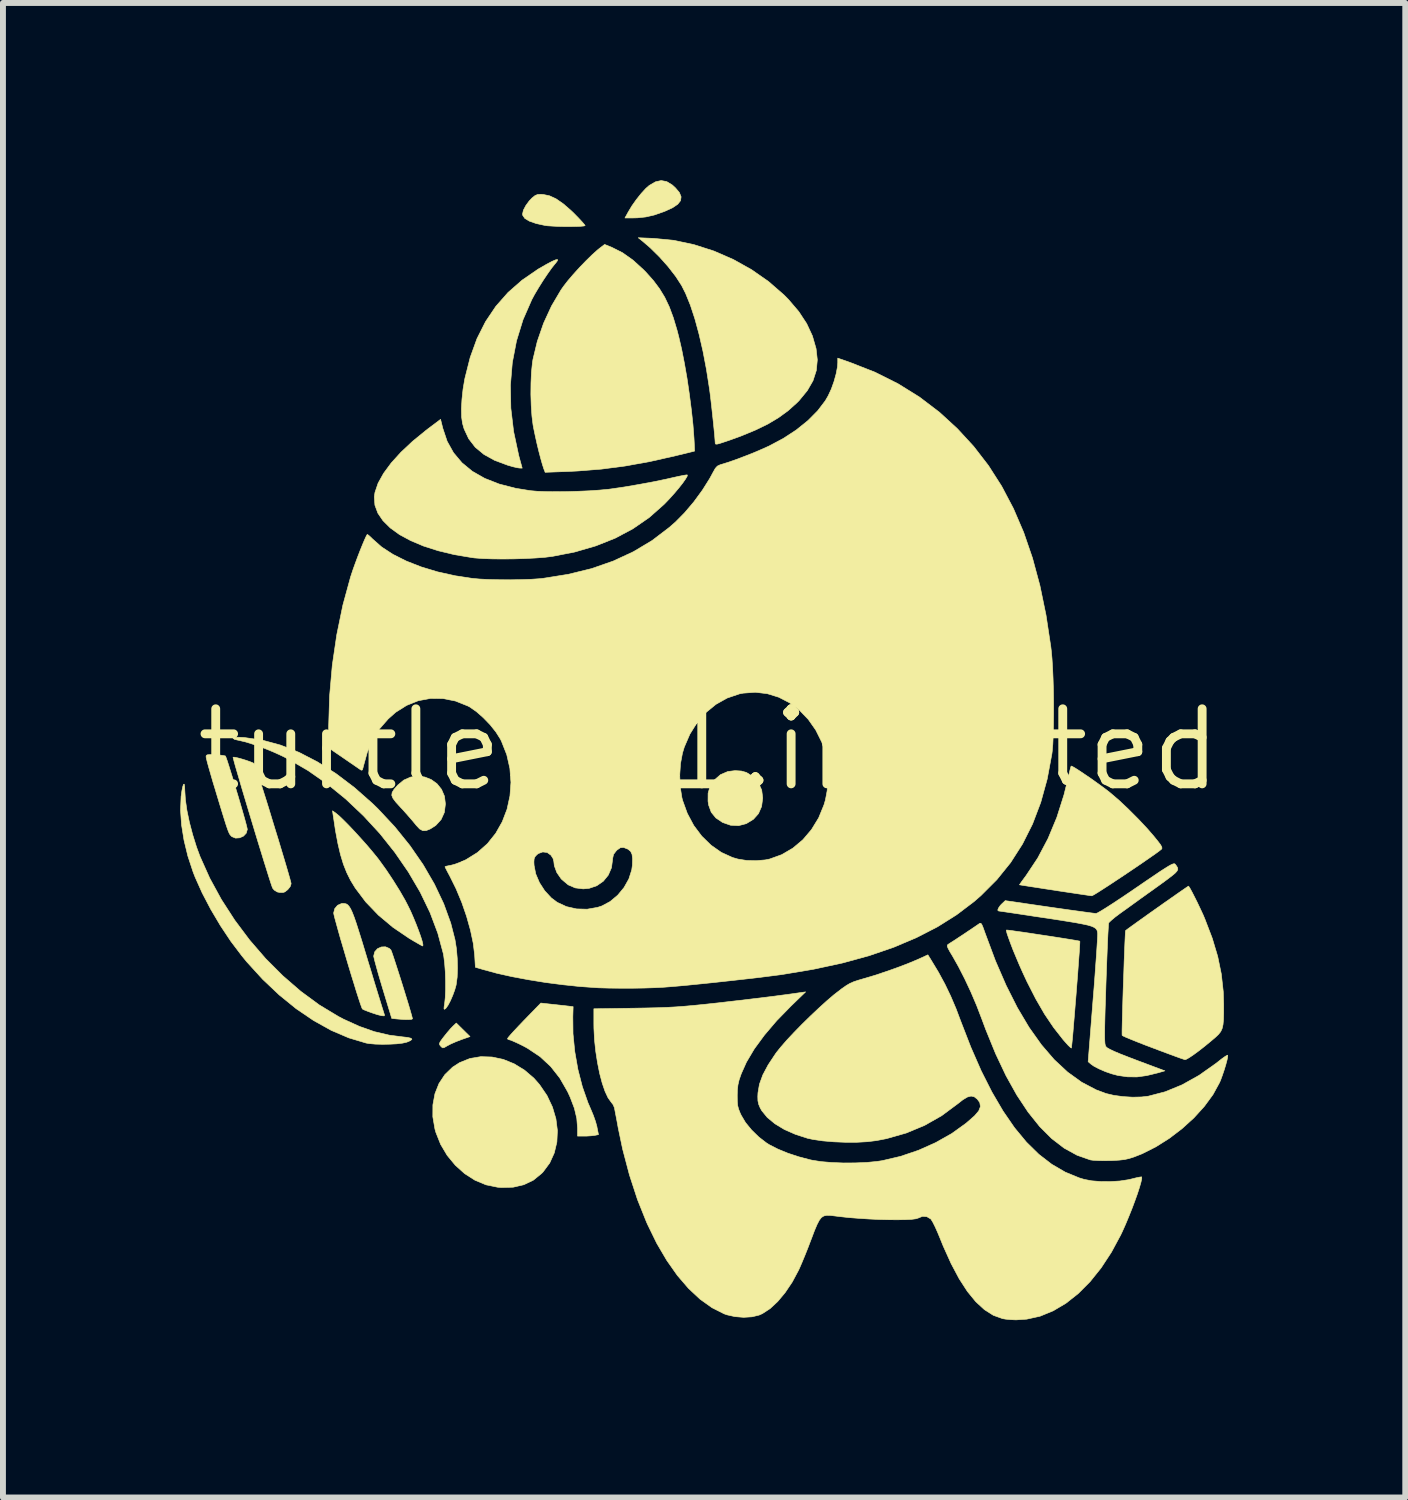
<source format=kicad_pcb>
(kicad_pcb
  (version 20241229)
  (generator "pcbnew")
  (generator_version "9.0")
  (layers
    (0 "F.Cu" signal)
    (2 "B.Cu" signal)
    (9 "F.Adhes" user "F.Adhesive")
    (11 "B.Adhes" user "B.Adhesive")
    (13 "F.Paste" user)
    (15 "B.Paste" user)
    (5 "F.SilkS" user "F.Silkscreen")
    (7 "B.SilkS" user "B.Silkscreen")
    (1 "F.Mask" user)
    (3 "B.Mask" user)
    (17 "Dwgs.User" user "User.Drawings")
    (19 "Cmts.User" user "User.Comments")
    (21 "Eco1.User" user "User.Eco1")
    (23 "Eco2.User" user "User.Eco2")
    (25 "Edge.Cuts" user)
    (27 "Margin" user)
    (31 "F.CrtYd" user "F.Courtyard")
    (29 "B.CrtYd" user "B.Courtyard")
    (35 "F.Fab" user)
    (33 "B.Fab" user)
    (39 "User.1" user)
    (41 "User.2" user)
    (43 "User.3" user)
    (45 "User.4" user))
  (footprint "turtle-01.inverted"
    (layer "F.Cu")
    (at 8.946 9.634)
    (property "Reference" "turtle-01.inverted" (at 0 0 0) (layer "F.SilkS") (effects (font (size 1.27 1.27) (thickness 0.15))))
    (attr through_hole)
    (fp_poly (pts (xy -4.043 4.856) (xy -4.197 4.91) (xy -4.284 4.944) (xy -4.366 4.98) (xy -4.425 5.011) (xy -4.426 5.011) (xy -4.475 5.04) (xy -4.503 5.047) (xy -4.525 5.033) (xy -4.539 5.018) (xy -4.557 4.995) (xy -4.56 4.972) (xy -4.545 4.94) (xy -4.509 4.89) (xy -4.481 4.854) (xy -4.425 4.784) (xy -4.371 4.721) (xy -4.33 4.679) (xy -4.275 4.627) (xy -4.043 4.856)) (stroke (width 0.01) (type solid)) (fill yes) (layer "F.SilkS"))
    (fp_poly (pts (xy -0.714 -9.611) (xy -0.619 -9.553) (xy -0.567 -9.505) (xy -0.5 -9.426) (xy -0.471 -9.354) (xy -0.48 -9.289) (xy -0.528 -9.228) (xy -0.615 -9.169) (xy -0.744 -9.11) (xy -0.764 -9.102) (xy -0.925 -9.046) (xy -1.068 -9.013) (xy -1.21 -8.998) (xy -1.285 -8.996) (xy -1.421 -8.996) (xy -1.366 -9.096) (xy -1.303 -9.201) (xy -1.226 -9.31) (xy -1.145 -9.411) (xy -1.068 -9.495) (xy -1.011 -9.545) (xy -0.905 -9.607) (xy -0.808 -9.629) (xy -0.714 -9.611)) (stroke (width 0.01) (type solid)) (fill yes) (layer "F.SilkS"))
    (fp_poly (pts (xy 0.55 0.363) (xy 0.634 0.387) (xy 0.711 0.435) (xy 0.75 0.468) (xy 0.841 0.57) (xy 0.893 0.685) (xy 0.91 0.819) (xy 0.891 0.963) (xy 0.838 1.084) (xy 0.753 1.179) (xy 0.632 1.253) (xy 0.502 1.287) (xy 0.366 1.28) (xy 0.231 1.233) (xy 0.117 1.156) (xy 0.039 1.06) (xy -0.005 0.939) (xy -0.015 0.874) (xy -0.014 0.738) (xy 0.019 0.623) (xy 0.085 0.521) (xy 0.09 0.516) (xy 0.196 0.424) (xy 0.32 0.371) (xy 0.443 0.356) (xy 0.55 0.363)) (stroke (width 0.01) (type solid)) (fill yes) (layer "F.SilkS"))
    (fp_poly (pts (xy -4.808 0.464) (xy -4.698 0.508) (xy -4.601 0.578) (xy -4.525 0.673) (xy -4.475 0.789) (xy -4.459 0.92) (xy -4.477 1.063) (xy -4.532 1.184) (xy -4.622 1.283) (xy -4.714 1.342) (xy -4.785 1.371) (xy -4.842 1.372) (xy -4.895 1.343) (xy -4.954 1.28) (xy -4.968 1.262) (xy -5.022 1.197) (xy -5.094 1.114) (xy -5.172 1.026) (xy -5.219 0.976) (xy -5.297 0.89) (xy -5.346 0.825) (xy -5.367 0.773) (xy -5.36 0.724) (xy -5.327 0.671) (xy -5.269 0.605) (xy -5.267 0.602) (xy -5.163 0.516) (xy -5.047 0.465) (xy -4.927 0.449) (xy -4.808 0.464)) (stroke (width 0.01) (type solid)) (fill yes) (layer "F.SilkS"))
    (fp_poly (pts (xy -2.803 -9.393) (xy -2.698 -9.371) (xy -2.587 -9.32) (xy -2.467 -9.237) (xy -2.332 -9.12) (xy -2.273 -9.063) (xy -2.204 -8.992) (xy -2.147 -8.931) (xy -2.109 -8.887) (xy -2.095 -8.867) (xy -2.115 -8.86) (xy -2.169 -8.855) (xy -2.248 -8.852) (xy -2.344 -8.851) (xy -2.448 -8.851) (xy -2.553 -8.853) (xy -2.649 -8.858) (xy -2.729 -8.863) (xy -2.773 -8.869) (xy -2.924 -8.902) (xy -3.038 -8.942) (xy -3.115 -8.988) (xy -3.151 -9.041) (xy -3.154 -9.062) (xy -3.139 -9.128) (xy -3.098 -9.206) (xy -3.041 -9.284) (xy -2.993 -9.334) (xy -2.942 -9.375) (xy -2.898 -9.393) (xy -2.842 -9.396) (xy -2.803 -9.393)) (stroke (width 0.01) (type solid)) (fill yes) (layer "F.SilkS"))
    (fp_poly (pts (xy -5.408 3.365) (xy -5.382 3.39) (xy -5.371 3.415) (xy -5.35 3.475) (xy -5.321 3.562) (xy -5.286 3.67) (xy -5.246 3.794) (xy -5.204 3.926) (xy -5.162 4.061) (xy -5.122 4.191) (xy -5.085 4.311) (xy -5.055 4.413) (xy -5.032 4.493) (xy -5.019 4.543) (xy -5.016 4.556) (xy -5.036 4.565) (xy -5.089 4.568) (xy -5.166 4.567) (xy -5.258 4.56) (xy -5.292 4.557) (xy -5.367 4.549) (xy -5.52 4.045) (xy -5.562 3.904) (xy -5.6 3.774) (xy -5.631 3.662) (xy -5.655 3.574) (xy -5.669 3.515) (xy -5.673 3.494) (xy -5.655 3.422) (xy -5.608 3.369) (xy -5.544 3.34) (xy -5.474 3.337) (xy -5.408 3.365)) (stroke (width 0.01) (type solid)) (fill yes) (layer "F.SilkS"))
    (fp_poly (pts (xy -3.671 5.202) (xy -3.481 5.242) (xy -3.296 5.317) (xy -3.121 5.424) (xy -2.961 5.561) (xy -2.867 5.668) (xy -2.74 5.854) (xy -2.648 6.049) (xy -2.589 6.248) (xy -2.564 6.447) (xy -2.573 6.641) (xy -2.617 6.825) (xy -2.694 6.995) (xy -2.806 7.146) (xy -2.83 7.171) (xy -2.971 7.286) (xy -3.132 7.363) (xy -3.313 7.405) (xy -3.516 7.41) (xy -3.577 7.405) (xy -3.772 7.365) (xy -3.959 7.287) (xy -4.134 7.175) (xy -4.292 7.033) (xy -4.429 6.867) (xy -4.54 6.68) (xy -4.621 6.476) (xy -4.636 6.422) (xy -4.672 6.213) (xy -4.671 6.012) (xy -4.636 5.823) (xy -4.568 5.651) (xy -4.468 5.5) (xy -4.338 5.374) (xy -4.217 5.296) (xy -4.044 5.227) (xy -3.86 5.196) (xy -3.671 5.202)) (stroke (width 0.01) (type solid)) (fill yes) (layer "F.SilkS"))
    (fp_poly (pts (xy -6.309 1.079) (xy -6.256 1.123) (xy -6.182 1.194) (xy -6.092 1.285) (xy -5.993 1.39) (xy -5.89 1.503) (xy -5.788 1.617) (xy -5.695 1.727) (xy -5.614 1.826) (xy -5.578 1.873) (xy -5.462 2.034) (xy -5.345 2.21) (xy -5.235 2.386) (xy -5.14 2.551) (xy -5.095 2.638) (xy -5.047 2.736) (xy -5 2.844) (xy -4.954 2.956) (xy -4.913 3.063) (xy -4.878 3.16) (xy -4.853 3.24) (xy -4.84 3.296) (xy -4.841 3.322) (xy -4.844 3.323) (xy -4.867 3.313) (xy -4.918 3.284) (xy -4.99 3.243) (xy -5.069 3.196) (xy -5.346 3.008) (xy -5.593 2.801) (xy -5.807 2.578) (xy -5.984 2.343) (xy -6.064 2.212) (xy -6.128 2.083) (xy -6.185 1.94) (xy -6.234 1.778) (xy -6.278 1.591) (xy -6.319 1.374) (xy -6.357 1.119) (xy -6.358 1.116) (xy -6.369 1.036) (xy -6.309 1.079)) (stroke (width 0.01) (type solid)) (fill yes) (layer "F.SilkS"))
    (fp_poly (pts (xy -2.298 4.35) (xy -2.303 4.519) (xy -2.3 4.809) (xy -2.27 5.111) (xy -2.217 5.413) (xy -2.142 5.704) (xy -2.048 5.973) (xy -1.995 6.096) (xy -1.955 6.192) (xy -1.919 6.294) (xy -1.895 6.381) (xy -1.895 6.385) (xy -1.869 6.515) (xy -1.932 6.528) (xy -1.99 6.535) (xy -2.068 6.54) (xy -2.109 6.54) (xy -2.223 6.54) (xy -2.223 6.408) (xy -2.236 6.241) (xy -2.277 6.068) (xy -2.348 5.882) (xy -2.391 5.789) (xy -2.523 5.559) (xy -2.677 5.363) (xy -2.857 5.196) (xy -3.068 5.055) (xy -3.161 5.005) (xy -3.244 4.965) (xy -3.315 4.933) (xy -3.363 4.914) (xy -3.378 4.911) (xy -3.405 4.899) (xy -3.408 4.89) (xy -3.394 4.869) (xy -3.354 4.822) (xy -3.294 4.756) (xy -3.218 4.675) (xy -3.131 4.584) (xy -3.126 4.579) (xy -2.844 4.289) (xy -2.298 4.35)) (stroke (width 0.01) (type solid)) (fill yes) (layer "F.SilkS"))
    (fp_poly (pts (xy -8.387 0.086) (xy -8.352 0.088) (xy -8.274 0.093) (xy -8.214 0.101) (xy -8.183 0.108) (xy -8.181 0.109) (xy -8.171 0.133) (xy -8.15 0.192) (xy -8.122 0.279) (xy -8.088 0.389) (xy -8.049 0.514) (xy -8.009 0.649) (xy -7.967 0.788) (xy -7.927 0.924) (xy -7.89 1.052) (xy -7.858 1.164) (xy -7.833 1.256) (xy -7.817 1.32) (xy -7.811 1.35) (xy -7.829 1.414) (xy -7.876 1.464) (xy -7.941 1.493) (xy -8.01 1.498) (xy -8.072 1.473) (xy -8.083 1.463) (xy -8.095 1.45) (xy -8.107 1.435) (xy -8.119 1.413) (xy -8.133 1.381) (xy -8.15 1.334) (xy -8.172 1.269) (xy -8.2 1.18) (xy -8.236 1.064) (xy -8.281 0.917) (xy -8.336 0.735) (xy -8.349 0.691) (xy -8.393 0.547) (xy -8.431 0.415) (xy -8.464 0.301) (xy -8.489 0.21) (xy -8.504 0.148) (xy -8.509 0.123) (xy -8.506 0.101) (xy -8.49 0.089) (xy -8.454 0.085) (xy -8.387 0.086)) (stroke (width 0.01) (type solid)) (fill yes) (layer "F.SilkS"))
    (fp_poly (pts (xy -2.563 -8.273) (xy -2.594 -8.231) (xy -2.605 -8.219) (xy -2.663 -8.146) (xy -2.733 -8.047) (xy -2.81 -7.932) (xy -2.885 -7.812) (xy -2.952 -7.699) (xy -2.997 -7.615) (xy -3.146 -7.274) (xy -3.256 -6.917) (xy -3.327 -6.548) (xy -3.359 -6.167) (xy -3.352 -5.777) (xy -3.305 -5.381) (xy -3.219 -4.979) (xy -3.211 -4.948) (xy -3.16 -4.763) (xy -3.205 -4.764) (xy -3.246 -4.77) (xy -3.314 -4.786) (xy -3.395 -4.809) (xy -3.408 -4.813) (xy -3.626 -4.894) (xy -3.808 -4.995) (xy -3.954 -5.116) (xy -4.065 -5.26) (xy -4.143 -5.427) (xy -4.17 -5.522) (xy -4.185 -5.629) (xy -4.188 -5.767) (xy -4.179 -5.926) (xy -4.161 -6.096) (xy -4.132 -6.268) (xy -4.128 -6.287) (xy -4.04 -6.635) (xy -3.925 -6.953) (xy -3.78 -7.241) (xy -3.606 -7.5) (xy -3.4 -7.734) (xy -3.162 -7.943) (xy -2.89 -8.13) (xy -2.751 -8.21) (xy -2.655 -8.261) (xy -2.592 -8.288) (xy -2.562 -8.292) (xy -2.563 -8.273)) (stroke (width 0.01) (type solid)) (fill yes) (layer "F.SilkS"))
    (fp_poly (pts (xy -6.166 2.605) (xy -6.138 2.611) (xy -6.113 2.626) (xy -6.089 2.653) (xy -6.063 2.694) (xy -6.035 2.754) (xy -6.003 2.836) (xy -5.966 2.943) (xy -5.923 3.079) (xy -5.87 3.247) (xy -5.809 3.449) (xy -5.767 3.588) (xy -5.71 3.774) (xy -5.658 3.948) (xy -5.61 4.104) (xy -5.568 4.24) (xy -5.534 4.351) (xy -5.508 4.433) (xy -5.493 4.481) (xy -5.489 4.493) (xy -5.495 4.506) (xy -5.537 4.503) (xy -5.611 4.485) (xy -5.702 4.455) (xy -5.776 4.428) (xy -5.834 4.405) (xy -5.864 4.389) (xy -5.865 4.388) (xy -5.876 4.362) (xy -5.898 4.301) (xy -5.928 4.21) (xy -5.965 4.095) (xy -6.006 3.961) (xy -6.052 3.813) (xy -6.099 3.657) (xy -6.146 3.498) (xy -6.192 3.341) (xy -6.236 3.193) (xy -6.274 3.058) (xy -6.306 2.942) (xy -6.331 2.851) (xy -6.346 2.789) (xy -6.35 2.764) (xy -6.332 2.692) (xy -6.284 2.635) (xy -6.219 2.606) (xy -6.196 2.603) (xy -6.166 2.605)) (stroke (width 0.01) (type solid)) (fill yes) (layer "F.SilkS"))
    (fp_poly (pts (xy 5.058 3.055) (xy 5.117 3.062) (xy 5.205 3.075) (xy 5.315 3.09) (xy 5.442 3.109) (xy 5.578 3.13) (xy 5.718 3.151) (xy 5.855 3.172) (xy 5.983 3.192) (xy 6.095 3.21) (xy 6.186 3.225) (xy 6.248 3.236) (xy 6.276 3.242) (xy 6.276 3.243) (xy 6.276 3.265) (xy 6.273 3.324) (xy 6.268 3.414) (xy 6.259 3.531) (xy 6.249 3.669) (xy 6.238 3.823) (xy 6.225 3.986) (xy 6.212 4.155) (xy 6.198 4.324) (xy 6.185 4.487) (xy 6.172 4.639) (xy 6.161 4.775) (xy 6.151 4.889) (xy 6.142 4.976) (xy 6.136 5.032) (xy 6.133 5.05) (xy 6.116 5.039) (xy 6.078 5.003) (xy 6.027 4.946) (xy 5.992 4.906) (xy 5.832 4.702) (xy 5.679 4.475) (xy 5.531 4.219) (xy 5.383 3.929) (xy 5.308 3.768) (xy 5.252 3.642) (xy 5.198 3.514) (xy 5.147 3.392) (xy 5.104 3.279) (xy 5.069 3.183) (xy 5.044 3.11) (xy 5.033 3.064) (xy 5.035 3.053) (xy 5.058 3.055)) (stroke (width 0.01) (type solid)) (fill yes) (layer "F.SilkS"))
    (fp_poly (pts (xy -7.975 0.14) (xy -7.905 0.159) (xy -7.83 0.182) (xy -7.762 0.206) (xy -7.712 0.227) (xy -7.692 0.239) (xy -7.682 0.264) (xy -7.661 0.324) (xy -7.631 0.415) (xy -7.594 0.532) (xy -7.55 0.671) (xy -7.501 0.826) (xy -7.449 0.993) (xy -7.396 1.168) (xy -7.342 1.345) (xy -7.288 1.519) (xy -7.238 1.686) (xy -7.191 1.842) (xy -7.15 1.98) (xy -7.116 2.097) (xy -7.09 2.188) (xy -7.074 2.248) (xy -7.07 2.271) (xy -7.086 2.319) (xy -7.127 2.37) (xy -7.176 2.408) (xy -7.202 2.417) (xy -7.261 2.418) (xy -7.305 2.409) (xy -7.356 2.377) (xy -7.383 2.344) (xy -7.395 2.312) (xy -7.417 2.247) (xy -7.448 2.15) (xy -7.486 2.028) (xy -7.531 1.885) (xy -7.58 1.725) (xy -7.633 1.553) (xy -7.688 1.372) (xy -7.743 1.189) (xy -7.798 1.007) (xy -7.851 0.83) (xy -7.901 0.663) (xy -7.945 0.512) (xy -7.984 0.379) (xy -8.016 0.27) (xy -8.038 0.189) (xy -8.05 0.141) (xy -8.052 0.129) (xy -8.028 0.129) (xy -7.975 0.14)) (stroke (width 0.01) (type solid)) (fill yes) (layer "F.SilkS"))
    (fp_poly (pts (xy -0.931 -8.65) (xy -0.593 -8.617) (xy -0.252 -8.544) (xy 0.085 -8.436) (xy 0.411 -8.294) (xy 0.721 -8.121) (xy 1.009 -7.92) (xy 1.269 -7.694) (xy 1.346 -7.616) (xy 1.52 -7.412) (xy 1.654 -7.208) (xy 1.751 -7) (xy 1.813 -6.785) (xy 1.834 -6.595) (xy 1.817 -6.415) (xy 1.761 -6.242) (xy 1.664 -6.074) (xy 1.527 -5.907) (xy 1.483 -5.863) (xy 1.34 -5.735) (xy 1.181 -5.619) (xy 1.001 -5.511) (xy 0.794 -5.41) (xy 0.553 -5.31) (xy 0.356 -5.238) (xy 0.252 -5.203) (xy 0.182 -5.18) (xy 0.139 -5.169) (xy 0.116 -5.169) (xy 0.107 -5.179) (xy 0.106 -5.193) (xy 0.103 -5.236) (xy 0.097 -5.313) (xy 0.087 -5.415) (xy 0.075 -5.535) (xy 0.061 -5.664) (xy 0.047 -5.794) (xy 0.033 -5.917) (xy 0.02 -6.025) (xy 0.009 -6.107) (xy -0.042 -6.433) (xy -0.101 -6.742) (xy -0.167 -7.029) (xy -0.238 -7.29) (xy -0.314 -7.521) (xy -0.394 -7.718) (xy -0.462 -7.853) (xy -0.562 -8.007) (xy -0.69 -8.172) (xy -0.836 -8.336) (xy -0.992 -8.49) (xy -1.122 -8.602) (xy -1.196 -8.661) (xy -0.931 -8.65)) (stroke (width 0.01) (type solid)) (fill yes) (layer "F.SilkS"))
    (fp_poly (pts (xy -1.644 -8.499) (xy -1.463 -8.408) (xy -1.285 -8.282) (xy -1.105 -8.118) (xy -1.064 -8.076) (xy -0.94 -7.937) (xy -0.836 -7.798) (xy -0.747 -7.652) (xy -0.671 -7.492) (xy -0.603 -7.309) (xy -0.539 -7.095) (xy -0.51 -6.983) (xy -0.462 -6.776) (xy -0.415 -6.537) (xy -0.37 -6.279) (xy -0.331 -6.012) (xy -0.297 -5.748) (xy -0.27 -5.498) (xy -0.253 -5.273) (xy -0.249 -5.198) (xy -0.243 -5.051) (xy -0.561 -4.973) (xy -0.999 -4.874) (xy -1.415 -4.799) (xy -1.819 -4.746) (xy -2.223 -4.714) (xy -2.386 -4.706) (xy -2.771 -4.692) (xy -2.794 -4.751) (xy -2.817 -4.822) (xy -2.846 -4.924) (xy -2.878 -5.046) (xy -2.91 -5.178) (xy -2.939 -5.309) (xy -2.964 -5.429) (xy -2.976 -5.493) (xy -2.995 -5.644) (xy -3.007 -5.821) (xy -3.013 -6.012) (xy -3.011 -6.204) (xy -3.003 -6.384) (xy -2.987 -6.541) (xy -2.978 -6.6) (xy -2.904 -6.908) (xy -2.798 -7.214) (xy -2.663 -7.507) (xy -2.505 -7.775) (xy -2.461 -7.838) (xy -2.39 -7.93) (xy -2.297 -8.039) (xy -2.192 -8.155) (xy -2.083 -8.268) (xy -1.979 -8.37) (xy -1.888 -8.452) (xy -1.851 -8.482) (xy -1.765 -8.548) (xy -1.644 -8.499)) (stroke (width 0.01) (type solid)) (fill yes) (layer "F.SilkS"))
    (fp_poly (pts (xy -8.872 0.62) (xy -8.869 0.691) (xy -8.859 0.847) (xy -8.833 1.03) (xy -8.791 1.231) (xy -8.736 1.44) (xy -8.671 1.648) (xy -8.612 1.808) (xy -8.447 2.176) (xy -8.25 2.537) (xy -8.024 2.887) (xy -7.773 3.222) (xy -7.501 3.537) (xy -7.21 3.828) (xy -6.906 4.091) (xy -6.592 4.322) (xy -6.272 4.515) (xy -6.187 4.56) (xy -5.917 4.683) (xy -5.661 4.773) (xy -5.41 4.832) (xy -5.193 4.86) (xy -5.096 4.871) (xy -5.04 4.885) (xy -5.026 4.903) (xy -5.052 4.925) (xy -5.113 4.951) (xy -5.183 4.967) (xy -5.282 4.979) (xy -5.4 4.985) (xy -5.525 4.987) (xy -5.644 4.984) (xy -5.746 4.975) (xy -5.8 4.966) (xy -6.094 4.878) (xy -6.391 4.751) (xy -6.689 4.585) (xy -6.984 4.385) (xy -7.272 4.151) (xy -7.552 3.886) (xy -7.82 3.592) (xy -7.905 3.488) (xy -8.089 3.245) (xy -8.266 2.979) (xy -8.43 2.702) (xy -8.575 2.425) (xy -8.694 2.159) (xy -8.729 2.069) (xy -8.817 1.802) (xy -8.882 1.534) (xy -8.924 1.273) (xy -8.941 1.027) (xy -8.932 0.805) (xy -8.932 0.797) (xy -8.918 0.696) (xy -8.903 0.625) (xy -8.89 0.587) (xy -8.879 0.585) (xy -8.872 0.62)) (stroke (width 0.01) (type solid)) (fill yes) (layer "F.SilkS"))
    (fp_poly (pts (xy 6.149 0.285) (xy 6.198 0.313) (xy 6.268 0.358) (xy 6.353 0.415) (xy 6.448 0.479) (xy 6.545 0.548) (xy 6.639 0.616) (xy 6.724 0.679) (xy 6.784 0.726) (xy 6.933 0.853) (xy 7.095 1.005) (xy 7.259 1.169) (xy 7.414 1.334) (xy 7.525 1.462) (xy 7.594 1.547) (xy 7.639 1.606) (xy 7.662 1.646) (xy 7.666 1.67) (xy 7.659 1.684) (xy 7.627 1.71) (xy 7.566 1.755) (xy 7.482 1.814) (xy 7.381 1.884) (xy 7.266 1.963) (xy 7.143 2.046) (xy 7.017 2.131) (xy 6.893 2.213) (xy 6.777 2.29) (xy 6.673 2.357) (xy 6.586 2.413) (xy 6.522 2.452) (xy 6.485 2.472) (xy 6.479 2.474) (xy 6.45 2.471) (xy 6.385 2.461) (xy 6.289 2.447) (xy 6.169 2.429) (xy 6.029 2.408) (xy 5.876 2.385) (xy 5.853 2.381) (xy 5.7 2.358) (xy 5.561 2.336) (xy 5.442 2.318) (xy 5.348 2.303) (xy 5.284 2.293) (xy 5.256 2.288) (xy 5.255 2.288) (xy 5.265 2.272) (xy 5.295 2.229) (xy 5.34 2.168) (xy 5.366 2.133) (xy 5.564 1.835) (xy 5.738 1.506) (xy 5.887 1.148) (xy 6.008 0.766) (xy 6.064 0.54) (xy 6.086 0.442) (xy 6.106 0.36) (xy 6.121 0.303) (xy 6.129 0.278) (xy 6.129 0.278) (xy 6.149 0.285)) (stroke (width 0.01) (type solid)) (fill yes) (layer "F.SilkS"))
    (fp_poly (pts (xy -7.862 -0.204) (xy -7.558 -0.16) (xy -7.249 -0.076) (xy -6.936 0.047) (xy -6.623 0.209) (xy -6.31 0.407) (xy -6.001 0.641) (xy -5.697 0.909) (xy -5.598 1.005) (xy -5.315 1.308) (xy -5.06 1.624) (xy -4.836 1.948) (xy -4.645 2.277) (xy -4.488 2.608) (xy -4.369 2.936) (xy -4.297 3.217) (xy -4.273 3.367) (xy -4.259 3.532) (xy -4.255 3.698) (xy -4.26 3.851) (xy -4.277 3.977) (xy -4.278 3.984) (xy -4.301 4.066) (xy -4.335 4.159) (xy -4.374 4.249) (xy -4.414 4.325) (xy -4.45 4.376) (xy -4.457 4.383) (xy -4.476 4.395) (xy -4.483 4.385) (xy -4.48 4.345) (xy -4.473 4.306) (xy -4.462 4.201) (xy -4.456 4.067) (xy -4.456 3.916) (xy -4.461 3.762) (xy -4.472 3.617) (xy -4.487 3.495) (xy -4.495 3.451) (xy -4.588 3.106) (xy -4.719 2.758) (xy -4.886 2.412) (xy -5.086 2.071) (xy -5.315 1.739) (xy -5.569 1.42) (xy -5.847 1.119) (xy -6.144 0.838) (xy -6.458 0.582) (xy -6.785 0.354) (xy -7.122 0.159) (xy -7.228 0.105) (xy -7.38 0.036) (xy -7.54 -0.028) (xy -7.696 -0.084) (xy -7.839 -0.129) (xy -7.957 -0.157) (xy -7.978 -0.161) (xy -8.03 -0.174) (xy -8.052 -0.191) (xy -8.05 -0.196) (xy -8.022 -0.206) (xy -7.957 -0.209) (xy -7.862 -0.204)) (stroke (width 0.01) (type solid)) (fill yes) (layer "F.SilkS"))
    (fp_poly (pts (xy 8.139 2.345) (xy 8.175 2.411) (xy 8.219 2.497) (xy 8.269 2.597) (xy 8.318 2.701) (xy 8.364 2.8) (xy 8.393 2.869) (xy 8.517 3.193) (xy 8.609 3.5) (xy 8.67 3.797) (xy 8.703 4.094) (xy 8.71 4.307) (xy 8.71 4.455) (xy 8.707 4.569) (xy 8.699 4.654) (xy 8.684 4.72) (xy 8.66 4.772) (xy 8.622 4.82) (xy 8.57 4.869) (xy 8.503 4.926) (xy 8.395 5.015) (xy 8.293 5.095) (xy 8.202 5.162) (xy 8.128 5.212) (xy 8.076 5.241) (xy 8.056 5.247) (xy 8.03 5.239) (xy 7.971 5.219) (xy 7.883 5.187) (xy 7.772 5.146) (xy 7.643 5.098) (xy 7.516 5.05) (xy 7.376 4.997) (xy 7.251 4.948) (xy 7.145 4.905) (xy 7.062 4.871) (xy 7.01 4.847) (xy 6.992 4.835) (xy 6.991 4.81) (xy 6.991 4.748) (xy 6.993 4.656) (xy 6.996 4.537) (xy 7 4.398) (xy 7.004 4.244) (xy 7.009 4.081) (xy 7.015 3.913) (xy 7.021 3.746) (xy 7.026 3.586) (xy 7.032 3.438) (xy 7.037 3.307) (xy 7.042 3.199) (xy 7.046 3.119) (xy 7.049 3.072) (xy 7.051 3.062) (xy 7.096 3.028) (xy 7.165 2.978) (xy 7.254 2.914) (xy 7.358 2.84) (xy 7.471 2.759) (xy 7.589 2.676) (xy 7.706 2.593) (xy 7.818 2.515) (xy 7.919 2.444) (xy 8.004 2.385) (xy 8.068 2.341) (xy 8.107 2.315) (xy 8.116 2.31) (xy 8.139 2.345)) (stroke (width 0.01) (type solid)) (fill yes) (layer "F.SilkS"))
    (fp_poly (pts (xy -4.503 -5.435) (xy -4.43 -5.217) (xy -4.322 -5.023) (xy -4.18 -4.854) (xy -4.004 -4.709) (xy -3.793 -4.589) (xy -3.548 -4.493) (xy -3.268 -4.421) (xy -3.021 -4.381) (xy -2.906 -4.371) (xy -2.759 -4.365) (xy -2.587 -4.364) (xy -2.402 -4.365) (xy -2.211 -4.371) (xy -2.024 -4.379) (xy -1.85 -4.391) (xy -1.699 -4.405) (xy -1.64 -4.413) (xy -1.417 -4.446) (xy -1.179 -4.487) (xy -0.941 -4.531) (xy -0.72 -4.577) (xy -0.597 -4.605) (xy -0.506 -4.625) (xy -0.431 -4.64) (xy -0.381 -4.648) (xy -0.365 -4.647) (xy -0.369 -4.624) (xy -0.398 -4.575) (xy -0.446 -4.507) (xy -0.51 -4.426) (xy -0.584 -4.338) (xy -0.664 -4.249) (xy -0.745 -4.164) (xy -0.761 -4.148) (xy -1.011 -3.927) (xy -1.285 -3.738) (xy -1.585 -3.578) (xy -1.914 -3.447) (xy -2.272 -3.343) (xy -2.646 -3.27) (xy -2.773 -3.254) (xy -2.931 -3.242) (xy -3.109 -3.233) (xy -3.299 -3.227) (xy -3.489 -3.225) (xy -3.67 -3.227) (xy -3.833 -3.233) (xy -3.967 -3.243) (xy -4.011 -3.249) (xy -4.309 -3.299) (xy -4.582 -3.365) (xy -4.829 -3.444) (xy -5.047 -3.536) (xy -5.236 -3.638) (xy -5.392 -3.751) (xy -5.515 -3.873) (xy -5.602 -4.001) (xy -5.652 -4.136) (xy -5.662 -4.276) (xy -5.651 -4.352) (xy -5.598 -4.508) (xy -5.505 -4.675) (xy -5.376 -4.85) (xy -5.212 -5.031) (xy -5.015 -5.216) (xy -4.786 -5.403) (xy -4.742 -5.437) (xy -4.541 -5.588) (xy -4.503 -5.435)) (stroke (width 0.01) (type solid)) (fill yes) (layer "F.SilkS"))
    (fp_poly (pts (xy 4.601 2.939) (xy 4.617 2.959) (xy 4.637 3.005) (xy 4.665 3.083) (xy 4.677 3.116) (xy 4.848 3.574) (xy 5.029 3.991) (xy 5.218 4.366) (xy 5.417 4.701) (xy 5.626 4.995) (xy 5.843 5.247) (xy 6.07 5.458) (xy 6.306 5.628) (xy 6.551 5.757) (xy 6.72 5.82) (xy 6.852 5.851) (xy 7.007 5.872) (xy 7.17 5.882) (xy 7.322 5.878) (xy 7.434 5.865) (xy 7.721 5.79) (xy 8.008 5.672) (xy 8.294 5.512) (xy 8.58 5.31) (xy 8.622 5.277) (xy 8.687 5.226) (xy 8.74 5.189) (xy 8.772 5.172) (xy 8.777 5.171) (xy 8.778 5.198) (xy 8.767 5.254) (xy 8.746 5.332) (xy 8.719 5.421) (xy 8.688 5.512) (xy 8.657 5.597) (xy 8.638 5.639) (xy 8.529 5.838) (xy 8.383 6.037) (xy 8.208 6.23) (xy 8.009 6.411) (xy 7.792 6.577) (xy 7.564 6.721) (xy 7.33 6.839) (xy 7.193 6.893) (xy 7.111 6.919) (xy 7.032 6.937) (xy 6.942 6.947) (xy 6.827 6.954) (xy 6.784 6.955) (xy 6.676 6.956) (xy 6.577 6.954) (xy 6.498 6.949) (xy 6.454 6.943) (xy 6.229 6.864) (xy 6.011 6.744) (xy 5.8 6.582) (xy 5.596 6.378) (xy 5.4 6.133) (xy 5.21 5.846) (xy 5.027 5.518) (xy 4.852 5.148) (xy 4.684 4.736) (xy 4.615 4.551) (xy 4.531 4.332) (xy 4.434 4.104) (xy 4.329 3.88) (xy 4.222 3.671) (xy 4.124 3.497) (xy 4.074 3.414) (xy 4.045 3.359) (xy 4.033 3.326) (xy 4.036 3.306) (xy 4.052 3.293) (xy 4.09 3.268) (xy 4.155 3.227) (xy 4.235 3.174) (xy 4.323 3.116) (xy 4.409 3.058) (xy 4.485 3.007) (xy 4.541 2.969) (xy 4.564 2.953) (xy 4.585 2.939) (xy 4.601 2.939)) (stroke (width 0.01) (type solid)) (fill yes) (layer "F.SilkS"))
    (fp_poly (pts (xy 7.886 1.936) (xy 7.891 1.941) (xy 7.915 1.973) (xy 7.93 2) (xy 7.934 2.025) (xy 7.923 2.052) (xy 7.894 2.086) (xy 7.843 2.129) (xy 7.768 2.187) (xy 7.666 2.262) (xy 7.541 2.352) (xy 7.412 2.444) (xy 7.284 2.536) (xy 7.164 2.623) (xy 7.059 2.699) (xy 6.977 2.757) (xy 6.95 2.777) (xy 6.875 2.833) (xy 6.814 2.884) (xy 6.774 2.921) (xy 6.764 2.935) (xy 6.761 2.963) (xy 6.757 3.028) (xy 6.751 3.127) (xy 6.745 3.256) (xy 6.739 3.409) (xy 6.732 3.584) (xy 6.725 3.775) (xy 6.718 3.972) (xy 6.711 4.207) (xy 6.704 4.403) (xy 6.7 4.563) (xy 6.697 4.693) (xy 6.696 4.795) (xy 6.696 4.873) (xy 6.698 4.93) (xy 6.701 4.971) (xy 6.706 4.999) (xy 6.713 5.017) (xy 6.717 5.025) (xy 6.739 5.046) (xy 6.785 5.072) (xy 6.856 5.106) (xy 6.958 5.149) (xy 7.093 5.202) (xy 7.232 5.255) (xy 7.715 5.436) (xy 7.597 5.47) (xy 7.409 5.516) (xy 7.243 5.539) (xy 7.083 5.537) (xy 6.92 5.514) (xy 6.818 5.487) (xy 6.708 5.449) (xy 6.602 5.403) (xy 6.514 5.357) (xy 6.463 5.321) (xy 6.417 5.281) (xy 6.5 4.233) (xy 6.517 4.025) (xy 6.532 3.827) (xy 6.545 3.644) (xy 6.557 3.482) (xy 6.566 3.343) (xy 6.573 3.233) (xy 6.577 3.156) (xy 6.578 3.116) (xy 6.578 3.114) (xy 6.574 3.081) (xy 6.565 3.053) (xy 6.548 3.03) (xy 6.519 3.009) (xy 6.474 2.989) (xy 6.409 2.97) (xy 6.32 2.951) (xy 6.204 2.929) (xy 6.057 2.905) (xy 5.875 2.876) (xy 5.689 2.848) (xy 5.513 2.822) (xy 5.35 2.797) (xy 5.205 2.775) (xy 5.083 2.757) (xy 4.989 2.743) (xy 4.926 2.734) (xy 4.901 2.731) (xy 4.901 2.731) (xy 4.887 2.717) (xy 4.899 2.683) (xy 4.93 2.638) (xy 4.952 2.615) (xy 5.014 2.556) (xy 5.761 2.665) (xy 5.936 2.69) (xy 6.098 2.713) (xy 6.244 2.733) (xy 6.367 2.75) (xy 6.463 2.763) (xy 6.527 2.771) (xy 6.553 2.773) (xy 6.58 2.761) (xy 6.638 2.728) (xy 6.722 2.676) (xy 6.828 2.608) (xy 6.952 2.526) (xy 7.089 2.434) (xy 7.23 2.338) (xy 7.396 2.224) (xy 7.531 2.133) (xy 7.637 2.061) (xy 7.72 2.008) (xy 7.781 1.97) (xy 7.825 1.946) (xy 7.855 1.934) (xy 7.874 1.931) (xy 7.886 1.936)) (stroke (width 0.01) (type solid)) (fill yes) (layer "F.SilkS"))
    (fp_poly (pts (xy 3.754 3.552) (xy 3.884 3.767) (xy 3.993 3.968) (xy 4.09 4.17) (xy 4.182 4.386) (xy 4.259 4.591) (xy 4.431 5.034) (xy 4.607 5.436) (xy 4.789 5.796) (xy 4.977 6.117) (xy 5.171 6.399) (xy 5.373 6.643) (xy 5.583 6.849) (xy 5.801 7.017) (xy 6.029 7.15) (xy 6.265 7.247) (xy 6.351 7.273) (xy 6.477 7.297) (xy 6.628 7.309) (xy 6.792 7.31) (xy 6.954 7.3) (xy 7.099 7.278) (xy 7.154 7.265) (xy 7.23 7.246) (xy 7.289 7.234) (xy 7.32 7.23) (xy 7.322 7.231) (xy 7.324 7.259) (xy 7.311 7.319) (xy 7.286 7.407) (xy 7.251 7.515) (xy 7.207 7.638) (xy 7.158 7.769) (xy 7.104 7.903) (xy 7.05 8.033) (xy 6.996 8.154) (xy 6.969 8.211) (xy 6.81 8.506) (xy 6.636 8.771) (xy 6.449 9.004) (xy 6.25 9.204) (xy 6.041 9.369) (xy 5.825 9.497) (xy 5.603 9.588) (xy 5.377 9.638) (xy 5.196 9.65) (xy 5.107 9.646) (xy 5.023 9.638) (xy 4.969 9.629) (xy 4.813 9.573) (xy 4.662 9.477) (xy 4.516 9.343) (xy 4.373 9.168) (xy 4.234 8.953) (xy 4.098 8.697) (xy 3.964 8.4) (xy 3.914 8.276) (xy 3.87 8.17) (xy 3.827 8.074) (xy 3.789 7.998) (xy 3.76 7.951) (xy 3.754 7.943) (xy 3.688 7.904) (xy 3.613 7.898) (xy 3.544 7.926) (xy 3.504 7.939) (xy 3.428 7.949) (xy 3.321 7.954) (xy 3.19 7.956) (xy 3.039 7.955) (xy 2.877 7.951) (xy 2.707 7.943) (xy 2.536 7.932) (xy 2.369 7.919) (xy 2.214 7.902) (xy 2.141 7.893) (xy 2.06 7.883) (xy 1.996 7.881) (xy 1.946 7.891) (xy 1.904 7.917) (xy 1.867 7.965) (xy 1.829 8.038) (xy 1.785 8.142) (xy 1.733 8.28) (xy 1.725 8.3) (xy 1.676 8.429) (xy 1.625 8.557) (xy 1.577 8.673) (xy 1.536 8.768) (xy 1.516 8.811) (xy 1.409 9.011) (xy 1.29 9.188) (xy 1.164 9.339) (xy 1.034 9.46) (xy 0.905 9.544) (xy 0.849 9.569) (xy 0.729 9.598) (xy 0.588 9.607) (xy 0.441 9.595) (xy 0.303 9.564) (xy 0.258 9.548) (xy 0.052 9.444) (xy -0.15 9.3) (xy -0.346 9.117) (xy -0.535 8.897) (xy -0.714 8.642) (xy -0.883 8.354) (xy -1.039 8.034) (xy -1.054 8.001) (xy -1.209 7.614) (xy -1.345 7.197) (xy -1.46 6.761) (xy -1.535 6.403) (xy -1.555 6.292) (xy -1.574 6.193) (xy -1.589 6.115) (xy -1.598 6.066) (xy -1.6 6.058) (xy -1.622 6.007) (xy -1.654 5.966) (xy -1.707 5.892) (xy -1.758 5.783) (xy -1.806 5.643) (xy -1.849 5.48) (xy -1.885 5.3) (xy -1.915 5.108) (xy -1.936 4.912) (xy -1.946 4.716) (xy -1.947 4.643) (xy -1.947 4.386) (xy -1.254 4.376) (xy -1.043 4.372) (xy -0.865 4.368) (xy -0.707 4.362) (xy -0.56 4.354) (xy -0.413 4.343) (xy -0.256 4.329) (xy -0.077 4.311) (xy 0.127 4.289) (xy 0.501 4.246) (xy 0.838 4.206) (xy 1.142 4.168) (xy 1.417 4.131) (xy 1.543 4.113) (xy 1.636 4.1) (xy 1.387 4.341) (xy 1.145 4.589) (xy 0.939 4.831) (xy 0.768 5.064) (xy 0.635 5.288) (xy 0.547 5.485) (xy 0.511 5.588) (xy 0.491 5.674) (xy 0.481 5.765) (xy 0.479 5.853) (xy 0.48 5.95) (xy 0.486 6.022) (xy 0.502 6.084) (xy 0.529 6.152) (xy 0.546 6.188) (xy 0.619 6.311) (xy 0.722 6.437) (xy 0.844 6.556) (xy 0.975 6.657) (xy 1.023 6.687) (xy 1.164 6.759) (xy 1.334 6.829) (xy 1.519 6.89) (xy 1.704 6.939) (xy 1.745 6.948) (xy 1.896 6.972) (xy 2.076 6.987) (xy 2.273 6.995) (xy 2.475 6.994) (xy 2.67 6.986) (xy 2.845 6.969) (xy 2.932 6.956) (xy 3.243 6.883) (xy 3.547 6.78) (xy 3.838 6.65) (xy 4.109 6.497) (xy 4.351 6.323) (xy 4.496 6.196) (xy 4.565 6.115) (xy 4.594 6.041) (xy 4.583 5.972) (xy 4.541 5.915) (xy 4.49 5.875) (xy 4.436 5.863) (xy 4.374 5.879) (xy 4.297 5.925) (xy 4.209 5.994) (xy 3.938 6.195) (xy 3.649 6.359) (xy 3.339 6.488) (xy 3.006 6.583) (xy 2.836 6.616) (xy 2.682 6.635) (xy 2.502 6.645) (xy 2.308 6.645) (xy 2.112 6.637) (xy 1.926 6.621) (xy 1.762 6.597) (xy 1.669 6.577) (xy 1.462 6.51) (xy 1.276 6.428) (xy 1.116 6.331) (xy 0.987 6.224) (xy 0.894 6.11) (xy 0.867 6.062) (xy 0.842 6.002) (xy 0.829 5.943) (xy 0.827 5.87) (xy 0.83 5.808) (xy 0.855 5.662) (xy 0.912 5.505) (xy 1.003 5.334) (xy 1.129 5.144) (xy 1.145 5.122) (xy 1.221 5.028) (xy 1.322 4.912) (xy 1.443 4.783) (xy 1.577 4.646) (xy 1.718 4.508) (xy 1.858 4.376) (xy 1.991 4.255) (xy 2.11 4.153) (xy 2.159 4.115) (xy 2.252 4.043) (xy 2.324 3.993) (xy 2.387 3.956) (xy 2.451 3.928) (xy 2.53 3.902) (xy 2.625 3.874) (xy 2.801 3.822) (xy 2.99 3.759) (xy 3.18 3.692) (xy 3.357 3.625) (xy 3.509 3.562) (xy 3.546 3.546) (xy 3.705 3.473) (xy 3.754 3.552)) (stroke (width 0.01) (type solid)) (fill yes) (layer "F.SilkS"))
    (fp_poly (pts (xy 2.397 -6.548) (xy 2.814 -6.384) (xy 3.201 -6.19) (xy 3.563 -5.965) (xy 3.902 -5.707) (xy 4.204 -5.43) (xy 4.48 -5.13) (xy 4.73 -4.806) (xy 4.954 -4.456) (xy 5.152 -4.08) (xy 5.326 -3.675) (xy 5.475 -3.241) (xy 5.601 -2.774) (xy 5.704 -2.275) (xy 5.785 -1.741) (xy 5.793 -1.672) (xy 5.805 -1.543) (xy 5.815 -1.385) (xy 5.823 -1.206) (xy 5.829 -1.012) (xy 5.832 -0.811) (xy 5.832 -0.611) (xy 5.83 -0.419) (xy 5.826 -0.244) (xy 5.819 -0.092) (xy 5.809 0.029) (xy 5.803 0.074) (xy 5.724 0.498) (xy 5.615 0.893) (xy 5.476 1.259) (xy 5.306 1.598) (xy 5.105 1.912) (xy 4.871 2.202) (xy 4.604 2.469) (xy 4.486 2.572) (xy 4.19 2.796) (xy 3.867 2.999) (xy 3.513 3.181) (xy 3.129 3.344) (xy 2.712 3.487) (xy 2.26 3.611) (xy 1.774 3.716) (xy 1.25 3.804) (xy 1.217 3.809) (xy 1.085 3.826) (xy 0.92 3.847) (xy 0.731 3.87) (xy 0.524 3.893) (xy 0.307 3.917) (xy 0.089 3.941) (xy -0.125 3.963) (xy -0.325 3.983) (xy -0.505 4) (xy -0.658 4.013) (xy -0.762 4.021) (xy -0.915 4.029) (xy -1.097 4.035) (xy -1.296 4.038) (xy -1.499 4.038) (xy -1.693 4.036) (xy -1.865 4.031) (xy -1.916 4.028) (xy -2.185 4.009) (xy -2.471 3.979) (xy -2.765 3.941) (xy -3.055 3.894) (xy -3.333 3.842) (xy -3.588 3.785) (xy -3.81 3.725) (xy -3.952 3.683) (xy -3.964 3.477) (xy -3.988 3.278) (xy -4.035 3.056) (xy -4.101 2.821) (xy -4.183 2.584) (xy -4.279 2.354) (xy -4.383 2.144) (xy -4.421 2.073) (xy -4.45 2.017) (xy -4.465 1.986) (xy -4.466 1.982) (xy -4.447 1.974) (xy -4.4 1.964) (xy -4.371 1.959) (xy -4.306 1.942) (xy -4.221 1.911) (xy -4.197 1.901) (xy -2.962 1.901) (xy -2.959 1.958) (xy -2.931 2.103) (xy -2.868 2.251) (xy -2.779 2.389) (xy -2.668 2.509) (xy -2.567 2.585) (xy -2.412 2.657) (xy -2.24 2.696) (xy -2.061 2.701) (xy -1.885 2.67) (xy -1.814 2.647) (xy -1.673 2.572) (xy -1.545 2.465) (xy -1.437 2.335) (xy -1.355 2.189) (xy -1.306 2.036) (xy -1.295 1.955) (xy -1.292 1.848) (xy -1.301 1.773) (xy -1.325 1.722) (xy -1.366 1.688) (xy -1.375 1.683) (xy -1.444 1.656) (xy -1.498 1.66) (xy -1.553 1.698) (xy -1.568 1.713) (xy -1.614 1.773) (xy -1.629 1.84) (xy -1.63 1.856) (xy -1.649 1.999) (xy -1.703 2.124) (xy -1.788 2.228) (xy -1.898 2.304) (xy -2.028 2.348) (xy -2.127 2.357) (xy -2.263 2.34) (xy -2.381 2.289) (xy -2.488 2.199) (xy -2.503 2.183) (xy -2.574 2.08) (xy -2.616 1.966) (xy -2.625 1.89) (xy -2.638 1.842) (xy -2.671 1.791) (xy -2.672 1.788) (xy -2.737 1.741) (xy -2.812 1.732) (xy -2.887 1.759) (xy -2.913 1.78) (xy -2.943 1.813) (xy -2.958 1.849) (xy -2.962 1.901) (xy -4.197 1.901) (xy -4.131 1.872) (xy -4.111 1.863) (xy -3.917 1.742) (xy -3.748 1.592) (xy -3.608 1.417) (xy -3.497 1.221) (xy -3.416 1.009) (xy -3.367 0.785) (xy -3.35 0.554) (xy -3.36 0.433) (xy -0.494 0.433) (xy -0.486 0.629) (xy -0.458 0.81) (xy -0.447 0.856) (xy -0.366 1.08) (xy -0.257 1.284) (xy -0.121 1.465) (xy 0.036 1.618) (xy 0.21 1.74) (xy 0.399 1.826) (xy 0.492 1.853) (xy 0.637 1.876) (xy 0.797 1.88) (xy 0.952 1.867) (xy 1.027 1.852) (xy 1.232 1.778) (xy 1.42 1.668) (xy 1.59 1.525) (xy 1.736 1.353) (xy 1.857 1.155) (xy 1.947 0.935) (xy 1.971 0.853) (xy 2 0.7) (xy 2.014 0.525) (xy 2.014 0.347) (xy 1.998 0.182) (xy 1.982 0.101) (xy 1.91 -0.125) (xy 1.808 -0.33) (xy 1.681 -0.511) (xy 1.532 -0.666) (xy 1.364 -0.792) (xy 1.182 -0.886) (xy 0.988 -0.946) (xy 0.786 -0.97) (xy 0.58 -0.955) (xy 0.513 -0.942) (xy 0.308 -0.872) (xy 0.119 -0.766) (xy -0.052 -0.626) (xy -0.201 -0.456) (xy -0.323 -0.26) (xy -0.417 -0.042) (xy -0.448 0.06) (xy -0.481 0.237) (xy -0.494 0.433) (xy -3.36 0.433) (xy -3.368 0.319) (xy -3.421 0.086) (xy -3.511 -0.142) (xy -3.53 -0.18) (xy -3.604 -0.297) (xy -3.703 -0.421) (xy -3.817 -0.539) (xy -3.935 -0.643) (xy -4.049 -0.722) (xy -4.08 -0.738) (xy -4.29 -0.822) (xy -4.502 -0.864) (xy -4.712 -0.866) (xy -4.918 -0.827) (xy -5.115 -0.748) (xy -5.301 -0.631) (xy -5.428 -0.518) (xy -5.574 -0.351) (xy -5.69 -0.165) (xy -5.781 0.045) (xy -5.848 0.286) (xy -5.852 0.304) (xy -5.864 0.344) (xy -5.882 0.349) (xy -5.904 0.335) (xy -5.936 0.313) (xy -5.994 0.273) (xy -6.073 0.219) (xy -6.163 0.157) (xy -6.189 0.139) (xy -6.435 -0.029) (xy -6.435 -0.382) (xy -6.419 -0.905) (xy -6.373 -1.429) (xy -6.297 -1.945) (xy -6.194 -2.445) (xy -6.064 -2.92) (xy -6.05 -2.963) (xy -6.021 -3.05) (xy -5.985 -3.15) (xy -5.945 -3.258) (xy -5.904 -3.364) (xy -5.864 -3.463) (xy -5.829 -3.546) (xy -5.801 -3.607) (xy -5.784 -3.638) (xy -5.781 -3.641) (xy -5.759 -3.627) (xy -5.719 -3.591) (xy -5.693 -3.565) (xy -5.538 -3.428) (xy -5.346 -3.303) (xy -5.121 -3.19) (xy -4.868 -3.091) (xy -4.59 -3.007) (xy -4.292 -2.941) (xy -4.011 -2.898) (xy -3.883 -2.886) (xy -3.725 -2.878) (xy -3.546 -2.874) (xy -3.359 -2.873) (xy -3.175 -2.876) (xy -3.005 -2.882) (xy -2.86 -2.892) (xy -2.805 -2.898) (xy -2.38 -2.966) (xy -1.984 -3.063) (xy -1.617 -3.191) (xy -1.277 -3.349) (xy -0.961 -3.538) (xy -0.67 -3.76) (xy -0.566 -3.851) (xy -0.412 -4.007) (xy -0.256 -4.191) (xy -0.111 -4.389) (xy 0.013 -4.586) (xy 0.071 -4.693) (xy 0.108 -4.759) (xy 0.143 -4.797) (xy 0.189 -4.819) (xy 0.214 -4.827) (xy 0.319 -4.859) (xy 0.452 -4.905) (xy 0.6 -4.961) (xy 0.753 -5.021) (xy 0.898 -5.083) (xy 1.009 -5.133) (xy 1.255 -5.263) (xy 1.479 -5.409) (xy 1.675 -5.567) (xy 1.84 -5.733) (xy 1.97 -5.904) (xy 2.018 -5.987) (xy 2.071 -6.101) (xy 2.117 -6.23) (xy 2.153 -6.36) (xy 2.175 -6.477) (xy 2.18 -6.543) (xy 2.18 -6.624) (xy 2.397 -6.548)) (stroke (width 0.01) (type solid)) (fill yes) (layer "F.SilkS")))
  (gr_rect
    (start -3 -3)
    (end 20.729 22.289)
    (stroke (width 0.1) (type default))
    (fill no)
    (layer "Edge.Cuts")))
</source>
